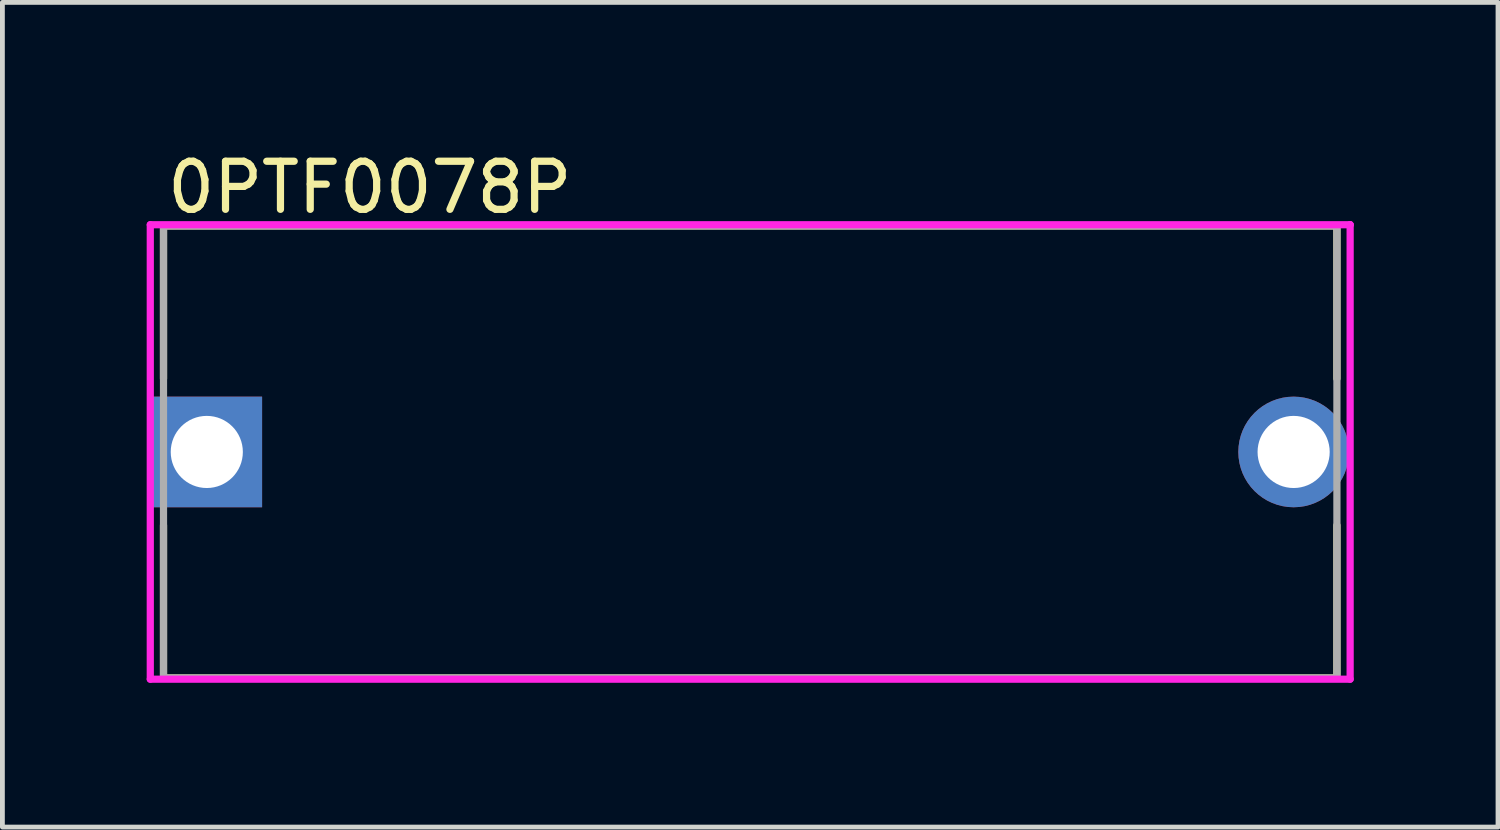
<source format=kicad_pcb>
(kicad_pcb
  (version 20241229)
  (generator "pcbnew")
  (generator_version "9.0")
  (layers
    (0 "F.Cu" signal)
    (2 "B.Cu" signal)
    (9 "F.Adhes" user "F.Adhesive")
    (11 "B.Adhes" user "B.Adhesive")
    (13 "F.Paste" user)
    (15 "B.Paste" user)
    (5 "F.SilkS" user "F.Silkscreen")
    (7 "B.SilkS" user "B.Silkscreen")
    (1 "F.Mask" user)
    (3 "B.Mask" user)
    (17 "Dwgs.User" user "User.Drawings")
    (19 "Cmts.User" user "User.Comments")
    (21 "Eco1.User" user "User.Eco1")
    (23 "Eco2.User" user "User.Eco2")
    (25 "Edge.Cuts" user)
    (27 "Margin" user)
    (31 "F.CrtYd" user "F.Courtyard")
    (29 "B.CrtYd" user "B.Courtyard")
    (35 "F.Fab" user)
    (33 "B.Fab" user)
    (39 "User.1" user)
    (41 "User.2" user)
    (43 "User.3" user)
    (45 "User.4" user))
  (footprint "0PTF0078P"
    (layer "F.Cu")
    (at 12.55 6.348)
    (property "Reference" "0PTF0078P" (at -12.2 -5.5 0) (layer "F.SilkS") (effects (font (size 1 1) (thickness 0.15)) (justify left)))
    (attr through_hole)
    (fp_line (start -12.2 -4.7) (end 12.2 -4.7) (stroke (width 0.15) (type solid)) (layer "F.SilkS"))
    (fp_line (start -12.2 -1.525) (end -12.2 -4.7) (stroke (width 0.15) (type solid)) (layer "F.SilkS"))
    (fp_line (start -12.2 4.7) (end -12.2 1.525) (stroke (width 0.15) (type solid)) (layer "F.SilkS"))
    (fp_line (start -12.2 4.7) (end 12.2 4.7) (stroke (width 0.15) (type solid)) (layer "F.SilkS"))
    (fp_line (start 12.2 -1.525) (end 12.2 -4.7) (stroke (width 0.15) (type solid)) (layer "F.SilkS"))
    (fp_line (start 12.2 4.7) (end 12.2 1.525) (stroke (width 0.15) (type solid)) (layer "F.SilkS"))
    (fp_line (start -12.475 -4.725) (end -12.475 4.725) (stroke (width 0.15) (type solid)) (layer "F.CrtYd"))
    (fp_line (start -12.475 4.725) (end 12.475 4.725) (stroke (width 0.15) (type solid)) (layer "F.CrtYd"))
    (fp_line (start 12.475 -4.725) (end -12.475 -4.725) (stroke (width 0.15) (type solid)) (layer "F.CrtYd"))
    (fp_line (start 12.475 -4.725) (end 12.475 -4.725) (stroke (width 0.15) (type solid)) (layer "F.CrtYd"))
    (fp_line (start 12.475 4.725) (end 12.475 -4.725) (stroke (width 0.15) (type solid)) (layer "F.CrtYd"))
    (fp_line (start -12.2 -4.7) (end 12.2 -4.7) (stroke (width 0.15) (type solid)) (layer "F.Fab"))
    (fp_line (start -12.2 4.7) (end -12.2 -4.7) (stroke (width 0.15) (type solid)) (layer "F.Fab"))
    (fp_line (start 12.2 -4.7) (end 12.2 4.7) (stroke (width 0.15) (type solid)) (layer "F.Fab"))
    (fp_line (start 12.2 4.7) (end -12.2 4.7) (stroke (width 0.15) (type solid)) (layer "F.Fab"))
    (pad "1" thru_hole rect (at -11.3 0) (size 2.3 2.3) (drill 1.5) (layers "*.Cu" "*.Mask"))
    (pad "2" thru_hole circle (at 11.3 0) (size 2.3 2.3) (drill 1.5) (layers "*.Cu" "*.Mask")))
  (gr_rect
    (start -3 -3)
    (end 28.1 14.148)
    (stroke (width 0.1) (type default))
    (fill no)
    (layer "Edge.Cuts")))
</source>
